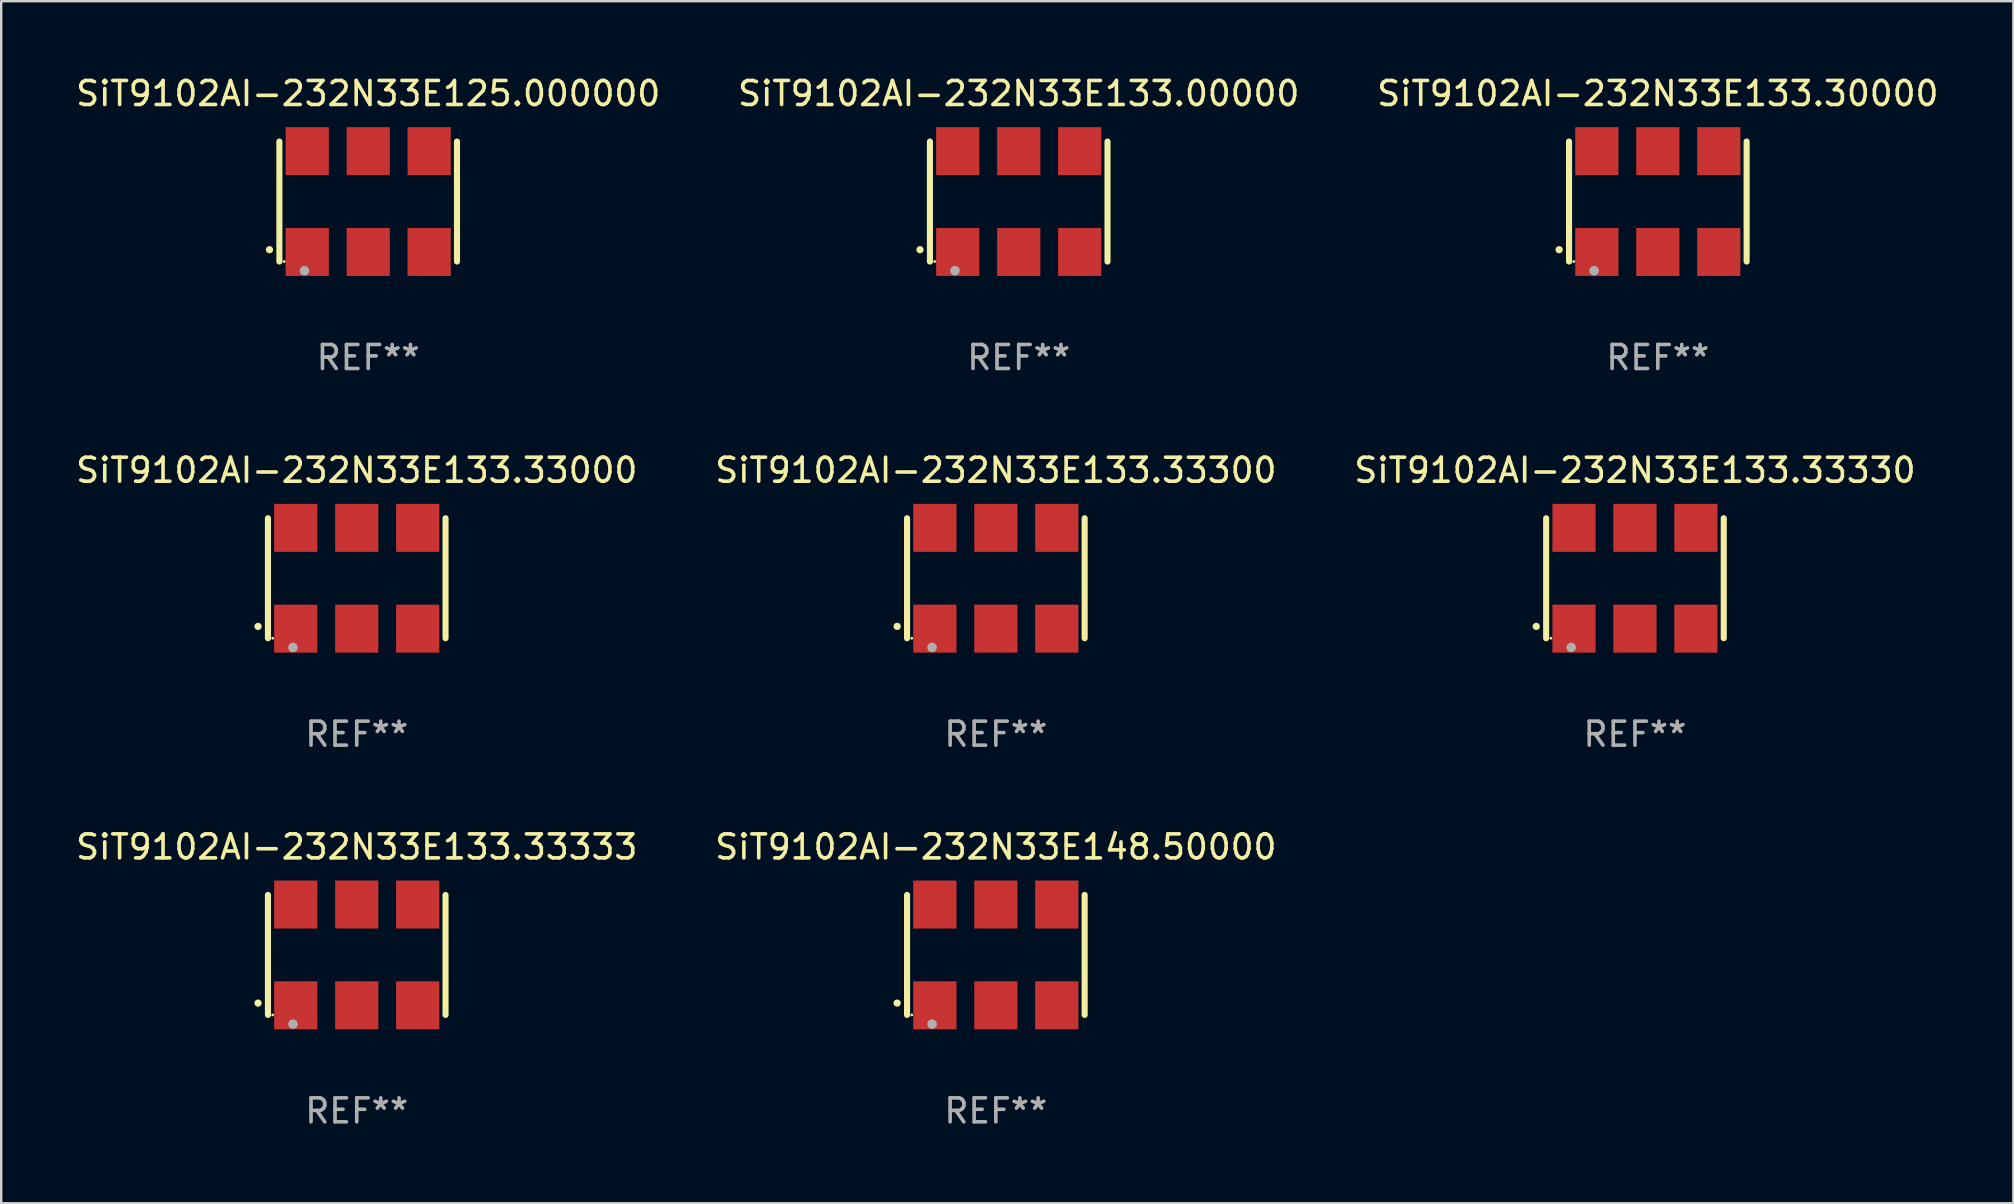
<source format=kicad_pcb>
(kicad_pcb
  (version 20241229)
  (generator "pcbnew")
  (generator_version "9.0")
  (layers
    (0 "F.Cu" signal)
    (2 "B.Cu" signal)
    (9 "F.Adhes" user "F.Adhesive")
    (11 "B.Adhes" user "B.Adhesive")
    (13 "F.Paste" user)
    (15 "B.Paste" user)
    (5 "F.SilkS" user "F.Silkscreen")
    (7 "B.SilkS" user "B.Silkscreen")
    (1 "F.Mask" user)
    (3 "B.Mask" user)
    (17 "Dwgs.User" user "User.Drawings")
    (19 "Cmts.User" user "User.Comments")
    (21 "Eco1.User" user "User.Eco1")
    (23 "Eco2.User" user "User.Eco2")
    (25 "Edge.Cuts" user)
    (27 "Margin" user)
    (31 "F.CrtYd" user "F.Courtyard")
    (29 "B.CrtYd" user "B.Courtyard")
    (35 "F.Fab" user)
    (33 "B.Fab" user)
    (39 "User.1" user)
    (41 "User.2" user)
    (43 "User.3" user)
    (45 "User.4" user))
  (footprint "SiT9102AI-232N33E133.33333"
    (layer "F.Cu")
    (at 11.815 36.741)
    (property "Reference" "SiT9102AI-232N33E133.33333" (at 0 -4.5 0) (layer "F.SilkS") (effects (font (size 1 1) (thickness 0.15))))
    (attr through_hole)
    (fp_line (start -3.7 -2.5) (end -3.7 2.5) (stroke (width 0.254) (type solid)) (layer "F.SilkS"))
    (fp_line (start 3.7 -2.5) (end 3.7 2.5) (stroke (width 0.254) (type solid)) (layer "F.SilkS"))
    (fp_arc (start -4.114415 2.006604) (mid -4.113145 2.006599) (end -4.111875 2.006604) (stroke (width 0.3) (type solid)) (layer "F.SilkS"))
    (fp_circle (center -3.502 2.5) (end -3.472 2.5) (stroke (width 0.06) (type solid)) (fill no) (layer "F.SilkS"))
    (fp_circle (center -2.657 2.882) (end -2.557 2.882) (stroke (width 0.2) (type solid)) (fill no) (layer "F.Fab"))
    (fp_text user "REF**" (at 0 6.5 0) (layer "F.Fab") (effects (font (size 1 1) (thickness 0.15))))
    (pad "1" smd rect (at -2.54 2.1) (size 1.8 2) (layers "F.Cu" "F.Mask" "F.Paste"))
    (pad "2" smd rect (at 0.000394 2.1) (size 1.8 2) (layers "F.Cu" "F.Mask" "F.Paste"))
    (pad "3" smd rect (at 2.54 2.1) (size 1.8 2) (layers "F.Cu" "F.Mask" "F.Paste"))
    (pad "4" smd rect (at 2.54 -2.1) (size 1.8 2) (layers "F.Cu" "F.Mask" "F.Paste"))
    (pad "5" smd rect (at 0.000394 -2.1) (size 1.8 2) (layers "F.Cu" "F.Mask" "F.Paste"))
    (pad "6" smd rect (at -2.54 -2.1) (size 1.8 2) (layers "F.Cu" "F.Mask" "F.Paste")))
  (footprint "SiT9102AI-232N33E133.33330"
    (layer "F.Cu")
    (at 65.077 21.045)
    (property "Reference" "SiT9102AI-232N33E133.33330" (at 0 -4.5 0) (layer "F.SilkS") (effects (font (size 1 1) (thickness 0.15))))
    (attr through_hole)
    (fp_line (start -3.7 -2.5) (end -3.7 2.5) (stroke (width 0.254) (type solid)) (layer "F.SilkS"))
    (fp_line (start 3.7 -2.5) (end 3.7 2.5) (stroke (width 0.254) (type solid)) (layer "F.SilkS"))
    (fp_arc (start -4.114415 2.006604) (mid -4.113145 2.006599) (end -4.111875 2.006604) (stroke (width 0.3) (type solid)) (layer "F.SilkS"))
    (fp_circle (center -3.502 2.5) (end -3.472 2.5) (stroke (width 0.06) (type solid)) (fill no) (layer "F.SilkS"))
    (fp_circle (center -2.657 2.882) (end -2.557 2.882) (stroke (width 0.2) (type solid)) (fill no) (layer "F.Fab"))
    (fp_text user "REF**" (at 0 6.5 0) (layer "F.Fab") (effects (font (size 1 1) (thickness 0.15))))
    (pad "1" smd rect (at -2.54 2.1) (size 1.8 2) (layers "F.Cu" "F.Mask" "F.Paste"))
    (pad "2" smd rect (at 0.000394 2.1) (size 1.8 2) (layers "F.Cu" "F.Mask" "F.Paste"))
    (pad "3" smd rect (at 2.54 2.1) (size 1.8 2) (layers "F.Cu" "F.Mask" "F.Paste"))
    (pad "4" smd rect (at 2.54 -2.1) (size 1.8 2) (layers "F.Cu" "F.Mask" "F.Paste"))
    (pad "5" smd rect (at 0.000394 -2.1) (size 1.8 2) (layers "F.Cu" "F.Mask" "F.Paste"))
    (pad "6" smd rect (at -2.54 -2.1) (size 1.8 2) (layers "F.Cu" "F.Mask" "F.Paste")))
  (footprint "SiT9102AI-232N33E133.33000"
    (layer "F.Cu")
    (at 11.815 21.045)
    (property "Reference" "SiT9102AI-232N33E133.33000" (at 0 -4.5 0) (layer "F.SilkS") (effects (font (size 1 1) (thickness 0.15))))
    (attr through_hole)
    (fp_line (start -3.7 -2.5) (end -3.7 2.5) (stroke (width 0.254) (type solid)) (layer "F.SilkS"))
    (fp_line (start 3.7 -2.5) (end 3.7 2.5) (stroke (width 0.254) (type solid)) (layer "F.SilkS"))
    (fp_arc (start -4.114415 2.006604) (mid -4.113145 2.006599) (end -4.111875 2.006604) (stroke (width 0.3) (type solid)) (layer "F.SilkS"))
    (fp_circle (center -3.502 2.5) (end -3.472 2.5) (stroke (width 0.06) (type solid)) (fill no) (layer "F.SilkS"))
    (fp_circle (center -2.657 2.882) (end -2.557 2.882) (stroke (width 0.2) (type solid)) (fill no) (layer "F.Fab"))
    (fp_text user "REF**" (at 0 6.5 0) (layer "F.Fab") (effects (font (size 1 1) (thickness 0.15))))
    (pad "1" smd rect (at -2.54 2.1) (size 1.8 2) (layers "F.Cu" "F.Mask" "F.Paste"))
    (pad "2" smd rect (at 0.000394 2.1) (size 1.8 2) (layers "F.Cu" "F.Mask" "F.Paste"))
    (pad "3" smd rect (at 2.54 2.1) (size 1.8 2) (layers "F.Cu" "F.Mask" "F.Paste"))
    (pad "4" smd rect (at 2.54 -2.1) (size 1.8 2) (layers "F.Cu" "F.Mask" "F.Paste"))
    (pad "5" smd rect (at 0.000394 -2.1) (size 1.8 2) (layers "F.Cu" "F.Mask" "F.Paste"))
    (pad "6" smd rect (at -2.54 -2.1) (size 1.8 2) (layers "F.Cu" "F.Mask" "F.Paste")))
  (footprint "SiT9102AI-232N33E133.00000"
    (layer "F.Cu")
    (at 39.399 5.348)
    (property "Reference" "SiT9102AI-232N33E133.00000" (at 0 -4.5 0) (layer "F.SilkS") (effects (font (size 1 1) (thickness 0.15))))
    (attr through_hole)
    (fp_line (start -3.7 -2.5) (end -3.7 2.5) (stroke (width 0.254) (type solid)) (layer "F.SilkS"))
    (fp_line (start 3.7 -2.5) (end 3.7 2.5) (stroke (width 0.254) (type solid)) (layer "F.SilkS"))
    (fp_arc (start -4.114415 2.006604) (mid -4.113145 2.006599) (end -4.111875 2.006604) (stroke (width 0.3) (type solid)) (layer "F.SilkS"))
    (fp_circle (center -3.502 2.5) (end -3.472 2.5) (stroke (width 0.06) (type solid)) (fill no) (layer "F.SilkS"))
    (fp_circle (center -2.657 2.882) (end -2.557 2.882) (stroke (width 0.2) (type solid)) (fill no) (layer "F.Fab"))
    (fp_text user "REF**" (at 0 6.5 0) (layer "F.Fab") (effects (font (size 1 1) (thickness 0.15))))
    (pad "1" smd rect (at -2.54 2.1) (size 1.8 2) (layers "F.Cu" "F.Mask" "F.Paste"))
    (pad "2" smd rect (at 0.000394 2.1) (size 1.8 2) (layers "F.Cu" "F.Mask" "F.Paste"))
    (pad "3" smd rect (at 2.54 2.1) (size 1.8 2) (layers "F.Cu" "F.Mask" "F.Paste"))
    (pad "4" smd rect (at 2.54 -2.1) (size 1.8 2) (layers "F.Cu" "F.Mask" "F.Paste"))
    (pad "5" smd rect (at 0.000394 -2.1) (size 1.8 2) (layers "F.Cu" "F.Mask" "F.Paste"))
    (pad "6" smd rect (at -2.54 -2.1) (size 1.8 2) (layers "F.Cu" "F.Mask" "F.Paste")))
  (footprint "SiT9102AI-232N33E133.30000"
    (layer "F.Cu")
    (at 66.03 5.348)
    (property "Reference" "SiT9102AI-232N33E133.30000" (at 0 -4.5 0) (layer "F.SilkS") (effects (font (size 1 1) (thickness 0.15))))
    (attr through_hole)
    (fp_line (start -3.7 -2.5) (end -3.7 2.5) (stroke (width 0.254) (type solid)) (layer "F.SilkS"))
    (fp_line (start 3.7 -2.5) (end 3.7 2.5) (stroke (width 0.254) (type solid)) (layer "F.SilkS"))
    (fp_arc (start -4.114415 2.006604) (mid -4.113145 2.006599) (end -4.111875 2.006604) (stroke (width 0.3) (type solid)) (layer "F.SilkS"))
    (fp_circle (center -3.502 2.5) (end -3.472 2.5) (stroke (width 0.06) (type solid)) (fill no) (layer "F.SilkS"))
    (fp_circle (center -2.657 2.882) (end -2.557 2.882) (stroke (width 0.2) (type solid)) (fill no) (layer "F.Fab"))
    (fp_text user "REF**" (at 0 6.5 0) (layer "F.Fab") (effects (font (size 1 1) (thickness 0.15))))
    (pad "1" smd rect (at -2.54 2.1) (size 1.8 2) (layers "F.Cu" "F.Mask" "F.Paste"))
    (pad "2" smd rect (at 0.000394 2.1) (size 1.8 2) (layers "F.Cu" "F.Mask" "F.Paste"))
    (pad "3" smd rect (at 2.54 2.1) (size 1.8 2) (layers "F.Cu" "F.Mask" "F.Paste"))
    (pad "4" smd rect (at 2.54 -2.1) (size 1.8 2) (layers "F.Cu" "F.Mask" "F.Paste"))
    (pad "5" smd rect (at 0.000394 -2.1) (size 1.8 2) (layers "F.Cu" "F.Mask" "F.Paste"))
    (pad "6" smd rect (at -2.54 -2.1) (size 1.8 2) (layers "F.Cu" "F.Mask" "F.Paste")))
  (footprint "SiT9102AI-232N33E125.000000"
    (layer "F.Cu")
    (at 12.292 5.348)
    (property "Reference" "SiT9102AI-232N33E125.000000" (at 0 -4.5 0) (layer "F.SilkS") (effects (font (size 1 1) (thickness 0.15))))
    (attr through_hole)
    (fp_line (start -3.7 -2.5) (end -3.7 2.5) (stroke (width 0.254) (type solid)) (layer "F.SilkS"))
    (fp_line (start 3.7 -2.5) (end 3.7 2.5) (stroke (width 0.254) (type solid)) (layer "F.SilkS"))
    (fp_arc (start -4.114415 2.006604) (mid -4.113145 2.006599) (end -4.111875 2.006604) (stroke (width 0.3) (type solid)) (layer "F.SilkS"))
    (fp_circle (center -3.502 2.5) (end -3.472 2.5) (stroke (width 0.06) (type solid)) (fill no) (layer "F.SilkS"))
    (fp_circle (center -2.657 2.882) (end -2.557 2.882) (stroke (width 0.2) (type solid)) (fill no) (layer "F.Fab"))
    (fp_text user "REF**" (at 0 6.5 0) (layer "F.Fab") (effects (font (size 1 1) (thickness 0.15))))
    (pad "1" smd rect (at -2.54 2.1) (size 1.8 2) (layers "F.Cu" "F.Mask" "F.Paste"))
    (pad "2" smd rect (at 0.000394 2.1) (size 1.8 2) (layers "F.Cu" "F.Mask" "F.Paste"))
    (pad "3" smd rect (at 2.54 2.1) (size 1.8 2) (layers "F.Cu" "F.Mask" "F.Paste"))
    (pad "4" smd rect (at 2.54 -2.1) (size 1.8 2) (layers "F.Cu" "F.Mask" "F.Paste"))
    (pad "5" smd rect (at 0.000394 -2.1) (size 1.8 2) (layers "F.Cu" "F.Mask" "F.Paste"))
    (pad "6" smd rect (at -2.54 -2.1) (size 1.8 2) (layers "F.Cu" "F.Mask" "F.Paste")))
  (footprint "SiT9102AI-232N33E148.50000"
    (layer "F.Cu")
    (at 38.446 36.741)
    (property "Reference" "SiT9102AI-232N33E148.50000" (at 0 -4.5 0) (layer "F.SilkS") (effects (font (size 1 1) (thickness 0.15))))
    (attr through_hole)
    (fp_line (start -3.7 -2.5) (end -3.7 2.5) (stroke (width 0.254) (type solid)) (layer "F.SilkS"))
    (fp_line (start 3.7 -2.5) (end 3.7 2.5) (stroke (width 0.254) (type solid)) (layer "F.SilkS"))
    (fp_arc (start -4.114415 2.006604) (mid -4.113145 2.006599) (end -4.111875 2.006604) (stroke (width 0.3) (type solid)) (layer "F.SilkS"))
    (fp_circle (center -3.502 2.5) (end -3.472 2.5) (stroke (width 0.06) (type solid)) (fill no) (layer "F.SilkS"))
    (fp_circle (center -2.657 2.882) (end -2.557 2.882) (stroke (width 0.2) (type solid)) (fill no) (layer "F.Fab"))
    (fp_text user "REF**" (at 0 6.5 0) (layer "F.Fab") (effects (font (size 1 1) (thickness 0.15))))
    (pad "1" smd rect (at -2.54 2.1) (size 1.8 2) (layers "F.Cu" "F.Mask" "F.Paste"))
    (pad "2" smd rect (at 0.000394 2.1) (size 1.8 2) (layers "F.Cu" "F.Mask" "F.Paste"))
    (pad "3" smd rect (at 2.54 2.1) (size 1.8 2) (layers "F.Cu" "F.Mask" "F.Paste"))
    (pad "4" smd rect (at 2.54 -2.1) (size 1.8 2) (layers "F.Cu" "F.Mask" "F.Paste"))
    (pad "5" smd rect (at 0.000394 -2.1) (size 1.8 2) (layers "F.Cu" "F.Mask" "F.Paste"))
    (pad "6" smd rect (at -2.54 -2.1) (size 1.8 2) (layers "F.Cu" "F.Mask" "F.Paste")))
  (footprint "SiT9102AI-232N33E133.33300"
    (layer "F.Cu")
    (at 38.446 21.045)
    (property "Reference" "SiT9102AI-232N33E133.33300" (at 0 -4.5 0) (layer "F.SilkS") (effects (font (size 1 1) (thickness 0.15))))
    (attr through_hole)
    (fp_line (start -3.7 -2.5) (end -3.7 2.5) (stroke (width 0.254) (type solid)) (layer "F.SilkS"))
    (fp_line (start 3.7 -2.5) (end 3.7 2.5) (stroke (width 0.254) (type solid)) (layer "F.SilkS"))
    (fp_arc (start -4.114415 2.006604) (mid -4.113145 2.006599) (end -4.111875 2.006604) (stroke (width 0.3) (type solid)) (layer "F.SilkS"))
    (fp_circle (center -3.502 2.5) (end -3.472 2.5) (stroke (width 0.06) (type solid)) (fill no) (layer "F.SilkS"))
    (fp_circle (center -2.657 2.882) (end -2.557 2.882) (stroke (width 0.2) (type solid)) (fill no) (layer "F.Fab"))
    (fp_text user "REF**" (at 0 6.5 0) (layer "F.Fab") (effects (font (size 1 1) (thickness 0.15))))
    (pad "1" smd rect (at -2.54 2.1) (size 1.8 2) (layers "F.Cu" "F.Mask" "F.Paste"))
    (pad "2" smd rect (at 0.000394 2.1) (size 1.8 2) (layers "F.Cu" "F.Mask" "F.Paste"))
    (pad "3" smd rect (at 2.54 2.1) (size 1.8 2) (layers "F.Cu" "F.Mask" "F.Paste"))
    (pad "4" smd rect (at 2.54 -2.1) (size 1.8 2) (layers "F.Cu" "F.Mask" "F.Paste"))
    (pad "5" smd rect (at 0.000394 -2.1) (size 1.8 2) (layers "F.Cu" "F.Mask" "F.Paste"))
    (pad "6" smd rect (at -2.54 -2.1) (size 1.8 2) (layers "F.Cu" "F.Mask" "F.Paste")))
  (gr_rect
    (start -3 -3)
    (end 80.845 47.09)
    (stroke (width 0.1) (type default))
    (fill no)
    (layer "Edge.Cuts")))
</source>
